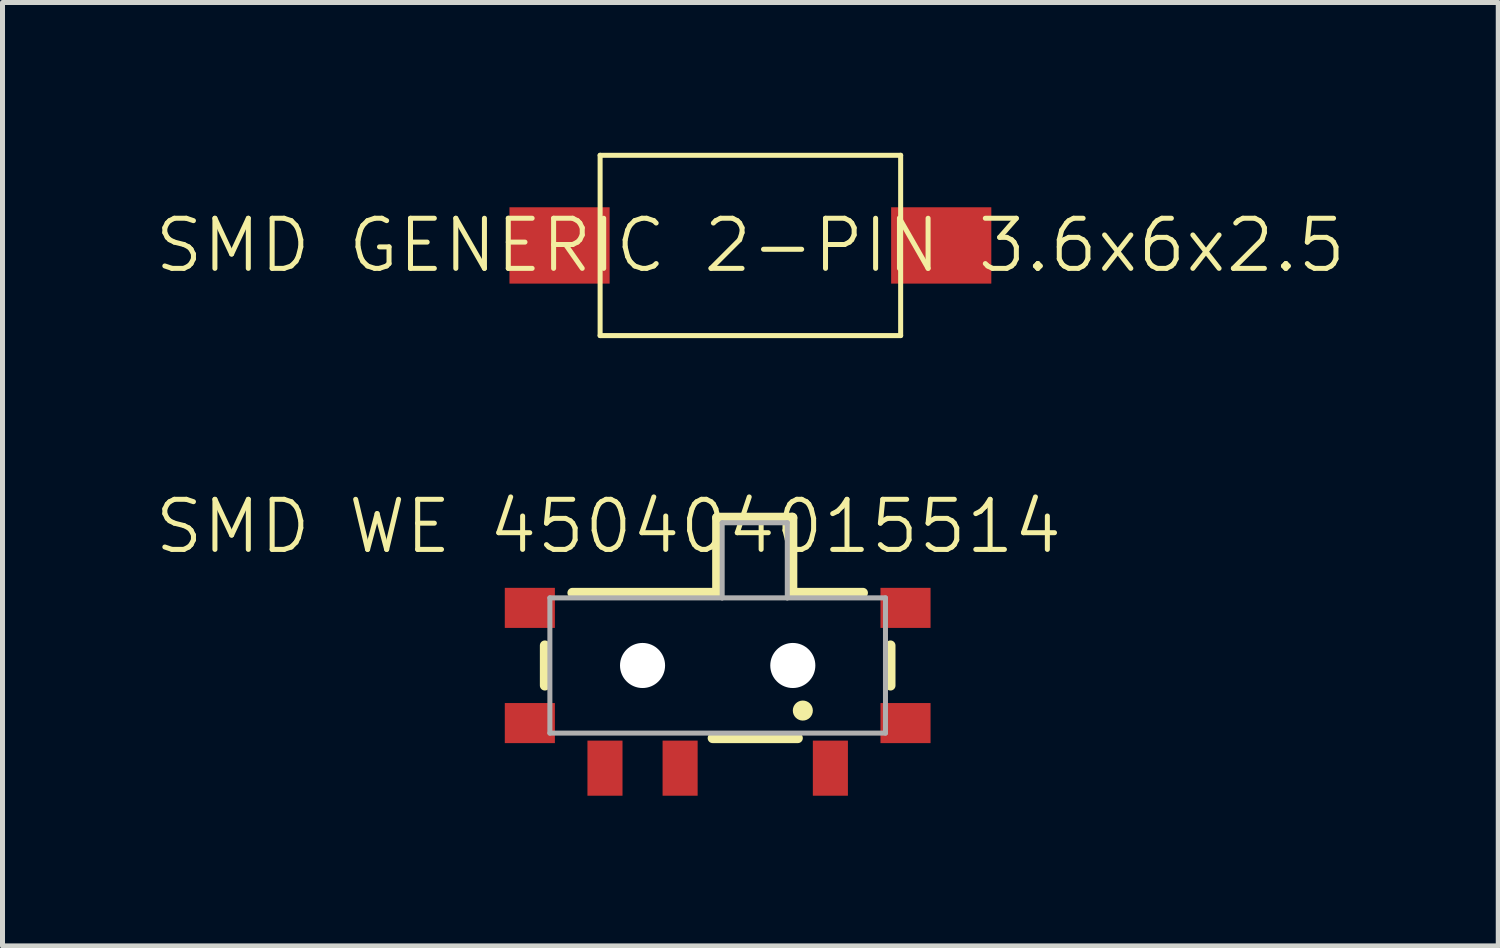
<source format=kicad_pcb>
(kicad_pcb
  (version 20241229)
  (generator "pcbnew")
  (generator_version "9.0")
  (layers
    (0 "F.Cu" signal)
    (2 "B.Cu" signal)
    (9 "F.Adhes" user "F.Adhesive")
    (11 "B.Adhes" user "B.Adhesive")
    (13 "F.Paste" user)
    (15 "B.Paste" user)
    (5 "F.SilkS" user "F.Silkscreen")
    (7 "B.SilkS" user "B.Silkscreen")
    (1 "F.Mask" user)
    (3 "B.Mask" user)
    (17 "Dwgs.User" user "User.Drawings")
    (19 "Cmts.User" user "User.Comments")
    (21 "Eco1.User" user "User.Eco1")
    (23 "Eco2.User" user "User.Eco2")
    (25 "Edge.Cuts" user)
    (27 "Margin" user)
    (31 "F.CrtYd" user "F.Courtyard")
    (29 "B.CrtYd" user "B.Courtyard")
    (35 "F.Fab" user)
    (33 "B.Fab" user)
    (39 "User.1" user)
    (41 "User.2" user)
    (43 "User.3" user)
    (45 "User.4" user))
  (footprint "SMD WE 450404015514"
    (layer "F.Cu")
    (at 11.638 9.366)
    (property "Reference" "SMD WE 450404015514" (at -2.54 -1.905 0) (unlocked yes) (layer "F.SilkS") (effects (font (size 1 1) (thickness 0.1))))
    (attr smd)
    (fp_line (start -3.81 0.47) (end -3.81 1.27) (stroke (width 0.2) (type solid)) (layer "F.SilkS"))
    (fp_line (start -3.26 -0.58) (end -0.37 -0.58) (stroke (width 0.2) (type solid)) (layer "F.SilkS"))
    (fp_line (start -0.46 2.32) (end 1.24 2.32) (stroke (width 0.2) (type solid)) (layer "F.SilkS"))
    (fp_line (start -0.37 -2.08) (end 1.13 -2.08) (stroke (width 0.2) (type solid)) (layer "F.SilkS"))
    (fp_line (start -0.37 -0.58) (end -0.37 -2.08) (stroke (width 0.2) (type solid)) (layer "F.SilkS"))
    (fp_line (start 1.13 -2.08) (end 1.13 -0.58) (stroke (width 0.2) (type solid)) (layer "F.SilkS"))
    (fp_line (start 1.13 -0.58) (end 2.54 -0.58) (stroke (width 0.2) (type solid)) (layer "F.SilkS"))
    (fp_line (start 3.09 1.27) (end 3.09 0.47) (stroke (width 0.2) (type solid)) (layer "F.SilkS"))
    (fp_circle (center 1.34 1.77) (end 1.44 1.77) (stroke (width 0.2) (type solid)) (fill no) (layer "F.SilkS"))
    (fp_line (start -3.71 -0.48) (end -0.27 -0.48) (stroke (width 0.1) (type solid)) (layer "F.Fab"))
    (fp_line (start -3.71 2.22) (end -3.71 -0.48) (stroke (width 0.1) (type solid)) (layer "F.Fab"))
    (fp_line (start -0.27 -1.98) (end 1.03 -1.98) (stroke (width 0.1) (type solid)) (layer "F.Fab"))
    (fp_line (start -0.27 -0.48) (end -0.27 -1.98) (stroke (width 0.1) (type solid)) (layer "F.Fab"))
    (fp_line (start -0.27 -0.48) (end 1.03 -0.48) (stroke (width 0.1) (type solid)) (layer "F.Fab"))
    (fp_line (start 1.03 -1.98) (end 1.03 -0.48) (stroke (width 0.1) (type solid)) (layer "F.Fab"))
    (fp_line (start 1.03 -0.48) (end 2.99 -0.48) (stroke (width 0.1) (type solid)) (layer "F.Fab"))
    (fp_line (start 2.99 -0.48) (end 2.99 2.22) (stroke (width 0.1) (type solid)) (layer "F.Fab"))
    (fp_line (start 2.99 2.22) (end -3.71 2.22) (stroke (width 0.1) (type solid)) (layer "F.Fab"))
    (pad "" np_thru_hole circle (at -1.86 0.87) (size 0.9 0.9) (drill 0.9) (layers "*.Cu" "*.Mask"))
    (pad "" np_thru_hole circle (at 1.14 0.87) (size 0.9 0.9) (drill 0.9) (layers "*.Cu" "*.Mask"))
    (pad "1" smd rect (at 1.89 2.92 90) (size 1.1 0.7) (layers "F.Cu" "F.Mask" "F.Paste"))
    (pad "2" smd rect (at -1.11 2.92 90) (size 1.1 0.7) (layers "F.Cu" "F.Mask" "F.Paste"))
    (pad "3" smd rect (at -2.61 2.92 90) (size 1.1 0.7) (layers "F.Cu" "F.Mask" "F.Paste"))
    (pad "S" smd rect (at -4.11 -0.28) (size 1 0.8) (layers "F.Cu" "F.Mask" "F.Paste"))
    (pad "S" smd rect (at -4.11 2.02) (size 1 0.8) (layers "F.Cu" "F.Mask" "F.Paste"))
    (pad "S" smd rect (at 3.39 -0.28) (size 1 0.8) (layers "F.Cu" "F.Mask" "F.Paste"))
    (pad "S" smd rect (at 3.39 2.02) (size 1 0.8) (layers "F.Cu" "F.Mask" "F.Paste")))
  (footprint "SMD GENERIC 2-PIN 3.6x6x2.5"
    (layer "F.Cu")
    (at 11.931 1.85)
    (property "Reference" "SMD GENERIC 2-PIN 3.6x6x2.5" (at 0 0 0) (unlocked yes) (layer "F.SilkS") (effects (font (size 1 1) (thickness 0.1))))
    (attr smd)
    (fp_line (start -3 -1.8) (end -3 1.8) (stroke (width 0.1) (type default)) (layer "F.SilkS"))
    (fp_line (start -3 -1.8) (end 3 -1.8) (stroke (width 0.1) (type default)) (layer "F.SilkS"))
    (fp_line (start -3 1.8) (end 3 1.8) (stroke (width 0.1) (type default)) (layer "F.SilkS"))
    (fp_line (start 3 -1.8) (end 3 1.8) (stroke (width 0.1) (type default)) (layer "F.SilkS"))
    (pad "1" smd rect (at -3.81 0) (size 2 1.524) (layers "F.Cu" "F.Mask" "F.Paste"))
    (pad "2" smd rect (at 3.81 0) (size 2 1.524) (layers "F.Cu" "F.Mask" "F.Paste")))
  (gr_rect
    (start -3 -3)
    (end 26.862 15.835)
    (stroke (width 0.1) (type default))
    (fill no)
    (layer "Edge.Cuts")))
</source>
